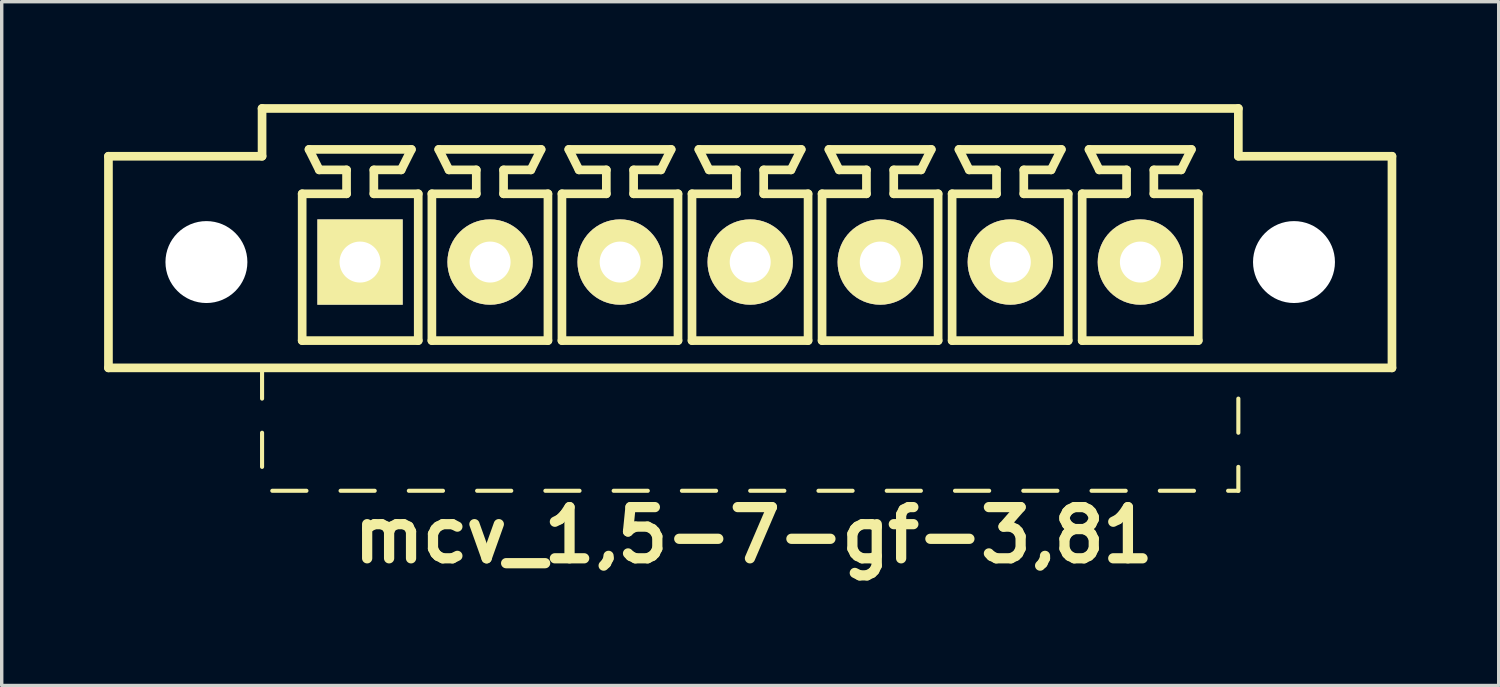
<source format=kicad_pcb>
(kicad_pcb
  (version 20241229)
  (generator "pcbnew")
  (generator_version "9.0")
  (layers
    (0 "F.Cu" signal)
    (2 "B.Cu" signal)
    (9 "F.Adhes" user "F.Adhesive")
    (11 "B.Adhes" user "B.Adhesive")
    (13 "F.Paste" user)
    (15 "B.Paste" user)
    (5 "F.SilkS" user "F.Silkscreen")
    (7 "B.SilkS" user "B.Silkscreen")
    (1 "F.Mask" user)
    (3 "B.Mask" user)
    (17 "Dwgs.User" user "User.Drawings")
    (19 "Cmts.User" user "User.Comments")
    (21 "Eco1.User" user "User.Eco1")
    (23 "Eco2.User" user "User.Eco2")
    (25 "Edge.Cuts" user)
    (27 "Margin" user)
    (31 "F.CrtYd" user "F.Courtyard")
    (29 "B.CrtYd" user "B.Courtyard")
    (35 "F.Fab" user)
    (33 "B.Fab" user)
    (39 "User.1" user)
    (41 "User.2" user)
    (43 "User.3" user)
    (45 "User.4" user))
  (footprint "mcv_1,5-7-gf-3,81"
    (layer "F.Cu")
    (at 18.927 4.627)
    (property "Reference" "mcv_1,5-7-gf-3,81" (at 0.1 8 0) (layer "F.SilkS") (effects (font (size 1.5 1.5) (thickness 0.3))))
    (attr through_hole)
    (fp_line (start -18.8 3.1) (end -18.8 -3.1) (stroke (width 0.254) (type solid)) (layer "F.SilkS"))
    (fp_line (start -18.8 3.1) (end 18.8 3.1) (stroke (width 0.254) (type solid)) (layer "F.SilkS"))
    (fp_line (start -14.3 -4.5) (end -14.3 -3.1) (stroke (width 0.254) (type solid)) (layer "F.SilkS"))
    (fp_line (start -14.3 -4.5) (end 14.3 -4.5) (stroke (width 0.254) (type solid)) (layer "F.SilkS"))
    (fp_line (start -14.3 -3.1) (end -18.8 -3.1) (stroke (width 0.254) (type solid)) (layer "F.SilkS"))
    (fp_line (start -14.3 3.1) (end -14.3 4) (stroke (width 0.12) (type solid)) (layer "F.SilkS"))
    (fp_line (start -14.3 5) (end -14.3 6) (stroke (width 0.12) (type solid)) (layer "F.SilkS"))
    (fp_line (start -14 6.7) (end -13 6.7) (stroke (width 0.12) (type solid)) (layer "F.SilkS"))
    (fp_line (start -13.125 -2) (end -11.825 -2) (stroke (width 0.254) (type solid)) (layer "F.SilkS"))
    (fp_line (start -13.125 2.3) (end -13.125 -2) (stroke (width 0.254) (type solid)) (layer "F.SilkS"))
    (fp_line (start -12.925 -3.3) (end -9.925 -3.3) (stroke (width 0.254) (type solid)) (layer "F.SilkS"))
    (fp_line (start -12.625 -2.7) (end -12.925 -3.3) (stroke (width 0.254) (type solid)) (layer "F.SilkS"))
    (fp_line (start -12 6.7) (end -11 6.7) (stroke (width 0.12) (type solid)) (layer "F.SilkS"))
    (fp_line (start -11.825 -2.7) (end -12.625 -2.7) (stroke (width 0.254) (type solid)) (layer "F.SilkS"))
    (fp_line (start -11.825 -2) (end -11.825 -2.7) (stroke (width 0.254) (type solid)) (layer "F.SilkS"))
    (fp_line (start -11.025 -2.7) (end -11.025 -2) (stroke (width 0.254) (type solid)) (layer "F.SilkS"))
    (fp_line (start -11.025 -2) (end -9.725 -2) (stroke (width 0.254) (type solid)) (layer "F.SilkS"))
    (fp_line (start -10.225 -2.7) (end -11.025 -2.7) (stroke (width 0.254) (type solid)) (layer "F.SilkS"))
    (fp_line (start -10.225 -2.7) (end -9.925 -3.3) (stroke (width 0.254) (type solid)) (layer "F.SilkS"))
    (fp_line (start -10 6.7) (end -9 6.7) (stroke (width 0.12) (type solid)) (layer "F.SilkS"))
    (fp_line (start -9.725 -2) (end -9.725 2.3) (stroke (width 0.254) (type solid)) (layer "F.SilkS"))
    (fp_line (start -9.725 2.3) (end -13.125 2.3) (stroke (width 0.254) (type solid)) (layer "F.SilkS"))
    (fp_line (start -9.325 -2) (end -8.025 -2) (stroke (width 0.254) (type solid)) (layer "F.SilkS"))
    (fp_line (start -9.325 2.3) (end -9.325 -2) (stroke (width 0.254) (type solid)) (layer "F.SilkS"))
    (fp_line (start -9.125 -3.3) (end -6.125 -3.3) (stroke (width 0.254) (type solid)) (layer "F.SilkS"))
    (fp_line (start -8.825 -2.7) (end -9.125 -3.3) (stroke (width 0.254) (type solid)) (layer "F.SilkS"))
    (fp_line (start -8.025 -2.7) (end -8.825 -2.7) (stroke (width 0.254) (type solid)) (layer "F.SilkS"))
    (fp_line (start -8.025 -2) (end -8.025 -2.7) (stroke (width 0.254) (type solid)) (layer "F.SilkS"))
    (fp_line (start -8 6.7) (end -7 6.7) (stroke (width 0.12) (type solid)) (layer "F.SilkS"))
    (fp_line (start -7.225 -2.7) (end -7.225 -2) (stroke (width 0.254) (type solid)) (layer "F.SilkS"))
    (fp_line (start -7.225 -2) (end -5.925 -2) (stroke (width 0.254) (type solid)) (layer "F.SilkS"))
    (fp_line (start -6.425 -2.7) (end -7.225 -2.7) (stroke (width 0.254) (type solid)) (layer "F.SilkS"))
    (fp_line (start -6.425 -2.7) (end -6.125 -3.3) (stroke (width 0.254) (type solid)) (layer "F.SilkS"))
    (fp_line (start -6 6.7) (end -5 6.7) (stroke (width 0.12) (type solid)) (layer "F.SilkS"))
    (fp_line (start -5.925 -2) (end -5.925 2.3) (stroke (width 0.254) (type solid)) (layer "F.SilkS"))
    (fp_line (start -5.925 2.3) (end -9.325 2.3) (stroke (width 0.254) (type solid)) (layer "F.SilkS"))
    (fp_line (start -5.515 -2) (end -4.215 -2) (stroke (width 0.254) (type solid)) (layer "F.SilkS"))
    (fp_line (start -5.515 2.3) (end -5.515 -2) (stroke (width 0.254) (type solid)) (layer "F.SilkS"))
    (fp_line (start -5.315 -3.3) (end -2.315 -3.3) (stroke (width 0.254) (type solid)) (layer "F.SilkS"))
    (fp_line (start -5.015 -2.7) (end -5.315 -3.3) (stroke (width 0.254) (type solid)) (layer "F.SilkS"))
    (fp_line (start -4.215 -2.7) (end -5.015 -2.7) (stroke (width 0.254) (type solid)) (layer "F.SilkS"))
    (fp_line (start -4.215 -2) (end -4.215 -2.7) (stroke (width 0.254) (type solid)) (layer "F.SilkS"))
    (fp_line (start -4 6.7) (end -3 6.7) (stroke (width 0.12) (type solid)) (layer "F.SilkS"))
    (fp_line (start -3.415 -2.7) (end -3.415 -2) (stroke (width 0.254) (type solid)) (layer "F.SilkS"))
    (fp_line (start -3.415 -2) (end -2.115 -2) (stroke (width 0.254) (type solid)) (layer "F.SilkS"))
    (fp_line (start -2.615 -2.7) (end -3.415 -2.7) (stroke (width 0.254) (type solid)) (layer "F.SilkS"))
    (fp_line (start -2.615 -2.7) (end -2.315 -3.3) (stroke (width 0.254) (type solid)) (layer "F.SilkS"))
    (fp_line (start -2.115 -2) (end -2.115 2.3) (stroke (width 0.254) (type solid)) (layer "F.SilkS"))
    (fp_line (start -2.115 2.3) (end -5.515 2.3) (stroke (width 0.254) (type solid)) (layer "F.SilkS"))
    (fp_line (start -2 6.7) (end -1 6.7) (stroke (width 0.12) (type solid)) (layer "F.SilkS"))
    (fp_line (start -1.705 -2) (end -0.405 -2) (stroke (width 0.254) (type solid)) (layer "F.SilkS"))
    (fp_line (start -1.705 2.3) (end -1.705 -2) (stroke (width 0.254) (type solid)) (layer "F.SilkS"))
    (fp_line (start -1.505 -3.3) (end 1.495 -3.3) (stroke (width 0.254) (type solid)) (layer "F.SilkS"))
    (fp_line (start -1.205 -2.7) (end -1.505 -3.3) (stroke (width 0.254) (type solid)) (layer "F.SilkS"))
    (fp_line (start -0.405 -2.7) (end -1.205 -2.7) (stroke (width 0.254) (type solid)) (layer "F.SilkS"))
    (fp_line (start -0.405 -2) (end -0.405 -2.7) (stroke (width 0.254) (type solid)) (layer "F.SilkS"))
    (fp_line (start 0 6.7) (end 1 6.7) (stroke (width 0.12) (type solid)) (layer "F.SilkS"))
    (fp_line (start 0.395 -2.7) (end 0.395 -2) (stroke (width 0.254) (type solid)) (layer "F.SilkS"))
    (fp_line (start 0.395 -2) (end 1.695 -2) (stroke (width 0.254) (type solid)) (layer "F.SilkS"))
    (fp_line (start 1.195 -2.7) (end 0.395 -2.7) (stroke (width 0.254) (type solid)) (layer "F.SilkS"))
    (fp_line (start 1.195 -2.7) (end 1.495 -3.3) (stroke (width 0.254) (type solid)) (layer "F.SilkS"))
    (fp_line (start 1.695 -2) (end 1.695 2.3) (stroke (width 0.254) (type solid)) (layer "F.SilkS"))
    (fp_line (start 1.695 2.3) (end -1.705 2.3) (stroke (width 0.254) (type solid)) (layer "F.SilkS"))
    (fp_line (start 2 6.7) (end 3 6.7) (stroke (width 0.12) (type solid)) (layer "F.SilkS"))
    (fp_line (start 2.105 -2) (end 3.405 -2) (stroke (width 0.254) (type solid)) (layer "F.SilkS"))
    (fp_line (start 2.105 2.3) (end 2.105 -2) (stroke (width 0.254) (type solid)) (layer "F.SilkS"))
    (fp_line (start 2.305 -3.3) (end 5.305 -3.3) (stroke (width 0.254) (type solid)) (layer "F.SilkS"))
    (fp_line (start 2.605 -2.7) (end 2.305 -3.3) (stroke (width 0.254) (type solid)) (layer "F.SilkS"))
    (fp_line (start 3.405 -2.7) (end 2.605 -2.7) (stroke (width 0.254) (type solid)) (layer "F.SilkS"))
    (fp_line (start 3.405 -2) (end 3.405 -2.7) (stroke (width 0.254) (type solid)) (layer "F.SilkS"))
    (fp_line (start 4 6.7) (end 5 6.7) (stroke (width 0.12) (type solid)) (layer "F.SilkS"))
    (fp_line (start 4.205 -2.7) (end 4.205 -2) (stroke (width 0.254) (type solid)) (layer "F.SilkS"))
    (fp_line (start 4.205 -2) (end 5.505 -2) (stroke (width 0.254) (type solid)) (layer "F.SilkS"))
    (fp_line (start 5.005 -2.7) (end 4.205 -2.7) (stroke (width 0.254) (type solid)) (layer "F.SilkS"))
    (fp_line (start 5.005 -2.7) (end 5.305 -3.3) (stroke (width 0.254) (type solid)) (layer "F.SilkS"))
    (fp_line (start 5.505 -2) (end 5.505 2.3) (stroke (width 0.254) (type solid)) (layer "F.SilkS"))
    (fp_line (start 5.505 2.3) (end 2.105 2.3) (stroke (width 0.254) (type solid)) (layer "F.SilkS"))
    (fp_line (start 5.915 -2) (end 7.215 -2) (stroke (width 0.254) (type solid)) (layer "F.SilkS"))
    (fp_line (start 5.915 2.3) (end 5.915 -2) (stroke (width 0.254) (type solid)) (layer "F.SilkS"))
    (fp_line (start 6 6.7) (end 7 6.7) (stroke (width 0.12) (type solid)) (layer "F.SilkS"))
    (fp_line (start 6.115 -3.3) (end 9.115 -3.3) (stroke (width 0.254) (type solid)) (layer "F.SilkS"))
    (fp_line (start 6.415 -2.7) (end 6.115 -3.3) (stroke (width 0.254) (type solid)) (layer "F.SilkS"))
    (fp_line (start 7.215 -2.7) (end 6.415 -2.7) (stroke (width 0.254) (type solid)) (layer "F.SilkS"))
    (fp_line (start 7.215 -2) (end 7.215 -2.7) (stroke (width 0.254) (type solid)) (layer "F.SilkS"))
    (fp_line (start 8 6.7) (end 9 6.7) (stroke (width 0.12) (type solid)) (layer "F.SilkS"))
    (fp_line (start 8.015 -2.7) (end 8.015 -2) (stroke (width 0.254) (type solid)) (layer "F.SilkS"))
    (fp_line (start 8.015 -2) (end 9.315 -2) (stroke (width 0.254) (type solid)) (layer "F.SilkS"))
    (fp_line (start 8.815 -2.7) (end 8.015 -2.7) (stroke (width 0.254) (type solid)) (layer "F.SilkS"))
    (fp_line (start 8.815 -2.7) (end 9.115 -3.3) (stroke (width 0.254) (type solid)) (layer "F.SilkS"))
    (fp_line (start 9.315 -2) (end 9.315 2.3) (stroke (width 0.254) (type solid)) (layer "F.SilkS"))
    (fp_line (start 9.315 2.3) (end 5.915 2.3) (stroke (width 0.254) (type solid)) (layer "F.SilkS"))
    (fp_line (start 9.725 -2) (end 11.025 -2) (stroke (width 0.254) (type solid)) (layer "F.SilkS"))
    (fp_line (start 9.725 2.3) (end 9.725 -2) (stroke (width 0.254) (type solid)) (layer "F.SilkS"))
    (fp_line (start 9.925 -3.3) (end 12.925 -3.3) (stroke (width 0.254) (type solid)) (layer "F.SilkS"))
    (fp_line (start 10 6.7) (end 11 6.7) (stroke (width 0.12) (type solid)) (layer "F.SilkS"))
    (fp_line (start 10.225 -2.7) (end 9.925 -3.3) (stroke (width 0.254) (type solid)) (layer "F.SilkS"))
    (fp_line (start 11.025 -2.7) (end 10.225 -2.7) (stroke (width 0.254) (type solid)) (layer "F.SilkS"))
    (fp_line (start 11.025 -2) (end 11.025 -2.7) (stroke (width 0.254) (type solid)) (layer "F.SilkS"))
    (fp_line (start 11.825 -2.7) (end 11.825 -2) (stroke (width 0.254) (type solid)) (layer "F.SilkS"))
    (fp_line (start 11.825 -2) (end 13.125 -2) (stroke (width 0.254) (type solid)) (layer "F.SilkS"))
    (fp_line (start 12 6.7) (end 13 6.7) (stroke (width 0.12) (type solid)) (layer "F.SilkS"))
    (fp_line (start 12.625 -2.7) (end 11.825 -2.7) (stroke (width 0.254) (type solid)) (layer "F.SilkS"))
    (fp_line (start 12.625 -2.7) (end 12.925 -3.3) (stroke (width 0.254) (type solid)) (layer "F.SilkS"))
    (fp_line (start 13.125 -2) (end 13.125 2.3) (stroke (width 0.254) (type solid)) (layer "F.SilkS"))
    (fp_line (start 13.125 2.3) (end 9.725 2.3) (stroke (width 0.254) (type solid)) (layer "F.SilkS"))
    (fp_line (start 14 6.7) (end 14.3 6.7) (stroke (width 0.12) (type solid)) (layer "F.SilkS"))
    (fp_line (start 14.3 -4.5) (end 14.3 -3.1) (stroke (width 0.254) (type solid)) (layer "F.SilkS"))
    (fp_line (start 14.3 -3.1) (end 18.8 -3.1) (stroke (width 0.254) (type solid)) (layer "F.SilkS"))
    (fp_line (start 14.3 5) (end 14.3 4) (stroke (width 0.12) (type solid)) (layer "F.SilkS"))
    (fp_line (start 14.3 6.7) (end 14.3 6) (stroke (width 0.12) (type solid)) (layer "F.SilkS"))
    (fp_line (start 18.8 3.1) (end 18.8 -3.1) (stroke (width 0.254) (type solid)) (layer "F.SilkS"))
    (pad "" np_thru_hole circle (at -15.93 0) (size 2.4 2.4) (drill 2.4) (layers "*.Cu" "*.Mask"))
    (pad "" np_thru_hole circle (at 15.93 0) (size 2.4 2.4) (drill 2.4) (layers "*.Cu" "*.Mask"))
    (pad "1" thru_hole rect (at -11.43 0) (size 2.5 2.5) (drill 1.2) (layers "*.Cu" "*.Mask" "F.SilkS"))
    (pad "2" thru_hole circle (at -7.62 0) (size 2.5 2.5) (drill 1.2) (layers "*.Cu" "*.Mask" "F.SilkS"))
    (pad "3" thru_hole circle (at -3.81 0) (size 2.5 2.5) (drill 1.2) (layers "*.Cu" "*.Mask" "F.SilkS"))
    (pad "4" thru_hole circle (at 0 0) (size 2.5 2.5) (drill 1.2) (layers "*.Cu" "*.Mask" "F.SilkS"))
    (pad "5" thru_hole circle (at 3.81 0) (size 2.5 2.5) (drill 1.2) (layers "*.Cu" "*.Mask" "F.SilkS"))
    (pad "6" thru_hole circle (at 7.62 0) (size 2.5 2.5) (drill 1.2) (layers "*.Cu" "*.Mask" "F.SilkS"))
    (pad "7" thru_hole circle (at 11.43 0) (size 2.5 2.5) (drill 1.2) (layers "*.Cu" "*.Mask" "F.SilkS")))
  (gr_rect
    (start -3 -3)
    (end 40.854 17.031)
    (stroke (width 0.1) (type default))
    (fill no)
    (layer "Edge.Cuts")))
</source>
